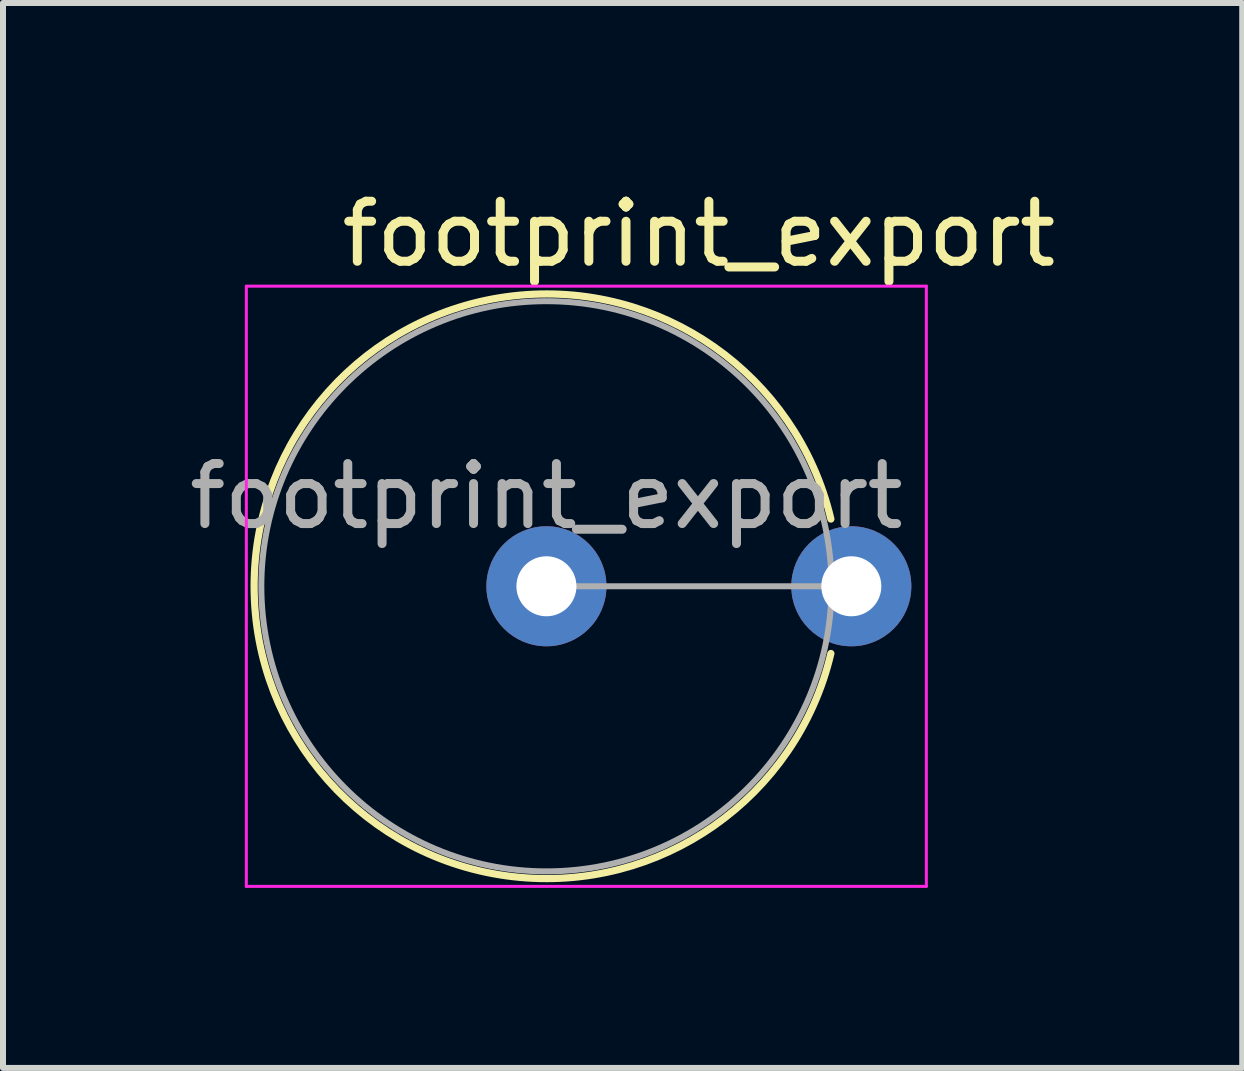
<source format=kicad_pcb>
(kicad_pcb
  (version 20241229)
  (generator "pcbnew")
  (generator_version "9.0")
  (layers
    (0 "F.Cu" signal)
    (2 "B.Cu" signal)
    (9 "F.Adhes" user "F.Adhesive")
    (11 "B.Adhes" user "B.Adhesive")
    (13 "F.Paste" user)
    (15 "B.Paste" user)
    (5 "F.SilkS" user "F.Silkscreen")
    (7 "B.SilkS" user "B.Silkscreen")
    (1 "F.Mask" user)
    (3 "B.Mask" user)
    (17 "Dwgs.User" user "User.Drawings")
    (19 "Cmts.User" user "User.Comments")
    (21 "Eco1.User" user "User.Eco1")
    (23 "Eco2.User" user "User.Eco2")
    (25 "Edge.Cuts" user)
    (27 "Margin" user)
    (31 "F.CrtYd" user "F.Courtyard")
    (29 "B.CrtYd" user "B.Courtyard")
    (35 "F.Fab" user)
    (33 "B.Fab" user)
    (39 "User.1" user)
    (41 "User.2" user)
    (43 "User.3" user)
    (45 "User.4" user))
  (footprint "footprint_export"
    (layer "F.Cu")
    (at 6.054 6.718)
    (property "Reference" "footprint_export" (at 2.54 -5.87 0) (layer "F.SilkS") (effects (font (size 1 1) (thickness 0.15))))
    (attr through_hole)
    (fp_arc (start 4.739462 1.12) (mid -4.87 0) (end 4.739462 -1.12) (stroke (width 0.12) (type solid)) (layer "F.SilkS"))
    (fp_line (start -5 -5) (end -5 5) (stroke (width 0.05) (type solid)) (layer "F.CrtYd"))
    (fp_line (start -5 5) (end 6.33 5) (stroke (width 0.05) (type solid)) (layer "F.CrtYd"))
    (fp_line (start 6.33 -5) (end -5 -5) (stroke (width 0.05) (type solid)) (layer "F.CrtYd"))
    (fp_line (start 6.33 5) (end 6.33 -5) (stroke (width 0.05) (type solid)) (layer "F.CrtYd"))
    (fp_line (start 0 0) (end 5.08 0) (stroke (width 0.1) (type solid)) (layer "F.Fab"))
    (fp_circle (center 0 0) (end 4.75 0) (stroke (width 0.1) (type solid)) (fill no) (layer "F.Fab"))
    (fp_text user "${REFERENCE}" (at 0 -1.5 0) (layer "F.Fab") (effects (font (size 1 1) (thickness 0.15))))
    (pad "1" thru_hole circle (at 0 0) (size 2 2) (drill 1) (layers "*.Cu" "*.Mask"))
    (pad "2" thru_hole oval (at 5.08 0) (size 2 2) (drill 1) (layers "*.Cu" "*.Mask")))
  (gr_rect
    (start -3 -3)
    (end 17.647 14.743)
    (stroke (width 0.1) (type default))
    (fill no)
    (layer "Edge.Cuts")))
</source>
